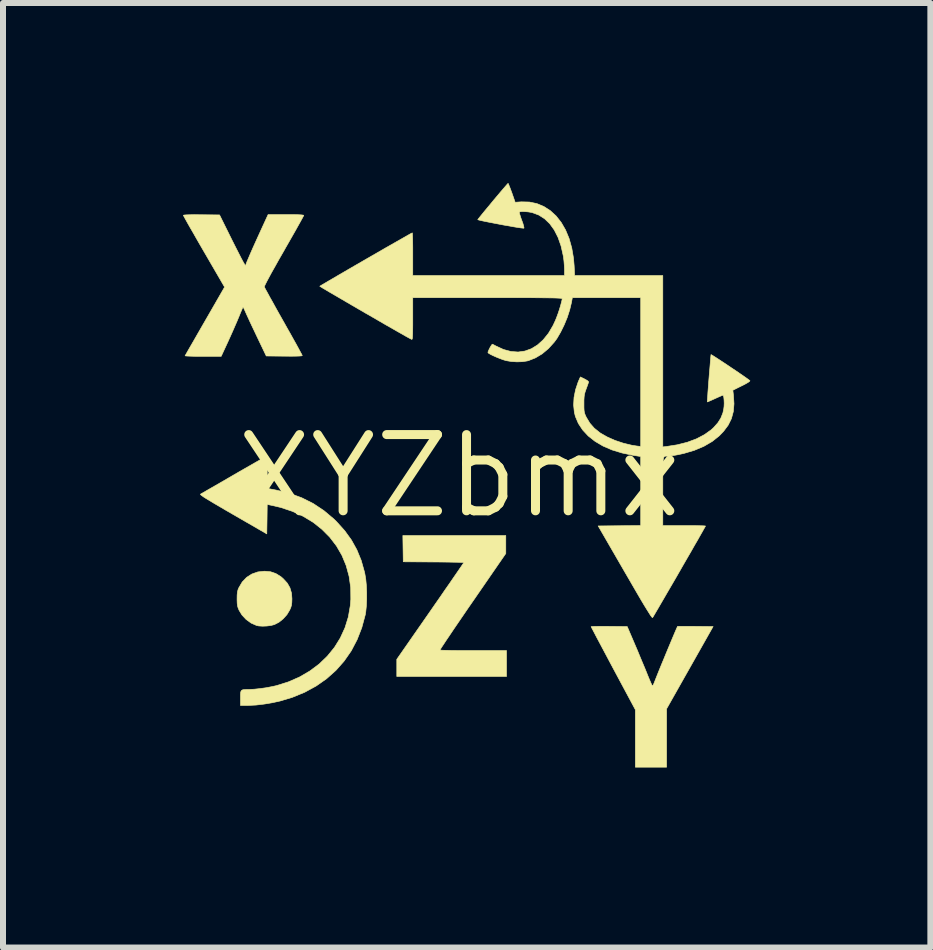
<source format=kicad_pcb>
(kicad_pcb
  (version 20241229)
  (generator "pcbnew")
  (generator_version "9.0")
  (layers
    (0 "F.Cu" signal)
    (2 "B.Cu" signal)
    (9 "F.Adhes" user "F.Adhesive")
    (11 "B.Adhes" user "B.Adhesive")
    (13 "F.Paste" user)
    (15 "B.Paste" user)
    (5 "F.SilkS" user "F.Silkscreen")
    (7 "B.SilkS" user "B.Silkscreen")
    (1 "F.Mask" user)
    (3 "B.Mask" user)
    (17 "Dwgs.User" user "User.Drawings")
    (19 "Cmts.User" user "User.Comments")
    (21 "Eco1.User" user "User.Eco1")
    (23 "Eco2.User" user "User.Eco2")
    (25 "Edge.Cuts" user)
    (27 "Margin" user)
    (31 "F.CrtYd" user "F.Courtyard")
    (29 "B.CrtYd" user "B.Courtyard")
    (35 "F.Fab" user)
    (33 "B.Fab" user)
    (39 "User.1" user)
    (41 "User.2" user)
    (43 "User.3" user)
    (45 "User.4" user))
  (footprint "XYZbmx"
    (layer "F.Cu")
    (at 4.602 4.881)
    (property "Reference" "XYZbmx" (at 0 0 0) (layer "F.SilkS") (effects (font (size 1.27 1.27) (thickness 0.15))))
    (attr through_hole)
    (fp_poly (pts (xy -3.144 1.595) (xy -3.056 1.625) (xy -2.973 1.676) (xy -2.935 1.709) (xy -2.866 1.784) (xy -2.821 1.863) (xy -2.795 1.952) (xy -2.788 2.045) (xy -2.79 2.105) (xy -2.795 2.15) (xy -2.807 2.191) (xy -2.825 2.232) (xy -2.871 2.309) (xy -2.934 2.379) (xy -3.006 2.437) (xy -3.08 2.475) (xy -3.136 2.49) (xy -3.205 2.499) (xy -3.276 2.502) (xy -3.341 2.498) (xy -3.378 2.49) (xy -3.468 2.45) (xy -3.551 2.39) (xy -3.621 2.315) (xy -3.668 2.238) (xy -3.685 2.198) (xy -3.695 2.162) (xy -3.7 2.121) (xy -3.702 2.065) (xy -3.702 2.045) (xy -3.701 1.981) (xy -3.696 1.934) (xy -3.687 1.896) (xy -3.673 1.862) (xy -3.616 1.765) (xy -3.543 1.689) (xy -3.456 1.633) (xy -3.357 1.598) (xy -3.247 1.586) (xy -3.245 1.586) (xy -3.144 1.595)) (stroke (width 0.01) (type solid)) (fill yes) (layer "F.SilkS"))
    (fp_poly (pts (xy 0.775 1.291) (xy 0.224 2.09) (xy 0.136 2.217) (xy 0.053 2.339) (xy -0.025 2.453) (xy -0.096 2.557) (xy -0.159 2.651) (xy -0.214 2.732) (xy -0.258 2.799) (xy -0.292 2.85) (xy -0.313 2.884) (xy -0.321 2.898) (xy -0.322 2.899) (xy -0.308 2.901) (xy -0.272 2.903) (xy -0.215 2.904) (xy -0.141 2.906) (xy -0.053 2.907) (xy 0.049 2.908) (xy 0.16 2.908) (xy 0.236 2.908) (xy 0.787 2.908) (xy 0.787 3.34) (xy -1.041 3.34) (xy -1.041 3.197) (xy -1.041 3.054) (xy -0.482 2.251) (xy -0.394 2.124) (xy -0.309 2.002) (xy -0.231 1.888) (xy -0.158 1.784) (xy -0.094 1.69) (xy -0.038 1.609) (xy 0.008 1.542) (xy 0.043 1.491) (xy 0.066 1.457) (xy 0.076 1.442) (xy 0.076 1.442) (xy 0.064 1.44) (xy 0.029 1.439) (xy -0.026 1.437) (xy -0.098 1.436) (xy -0.185 1.434) (xy -0.284 1.433) (xy -0.392 1.432) (xy -0.429 1.432) (xy -0.933 1.429) (xy -0.94 0.991) (xy 0.775 0.991) (xy 0.775 1.291)) (stroke (width 0.01) (type solid)) (fill yes) (layer "F.SilkS"))
    (fp_poly (pts (xy 3.807 2.504) (xy 3.886 2.504) (xy 3.935 2.505) (xy 4.229 2.508) (xy 3.454 3.879) (xy 3.454 4.851) (xy 2.934 4.851) (xy 2.934 3.894) (xy 2.565 3.206) (xy 2.5 3.084) (xy 2.439 2.969) (xy 2.382 2.862) (xy 2.331 2.766) (xy 2.286 2.682) (xy 2.25 2.612) (xy 2.222 2.559) (xy 2.204 2.525) (xy 2.197 2.51) (xy 2.197 2.51) (xy 2.209 2.508) (xy 2.243 2.506) (xy 2.296 2.505) (xy 2.363 2.504) (xy 2.442 2.504) (xy 2.498 2.505) (xy 2.798 2.508) (xy 2.931 2.819) (xy 2.972 2.915) (xy 3.013 3.015) (xy 3.054 3.113) (xy 3.092 3.203) (xy 3.123 3.279) (xy 3.137 3.315) (xy 3.163 3.378) (xy 3.186 3.431) (xy 3.204 3.472) (xy 3.216 3.495) (xy 3.22 3.499) (xy 3.227 3.488) (xy 3.242 3.458) (xy 3.26 3.413) (xy 3.276 3.372) (xy 3.291 3.334) (xy 3.313 3.279) (xy 3.34 3.212) (xy 3.372 3.134) (xy 3.407 3.05) (xy 3.443 2.962) (xy 3.48 2.873) (xy 3.516 2.787) (xy 3.549 2.708) (xy 3.579 2.637) (xy 3.604 2.578) (xy 3.623 2.535) (xy 3.634 2.511) (xy 3.636 2.506) (xy 3.65 2.505) (xy 3.685 2.504) (xy 3.739 2.504) (xy 3.807 2.504)) (stroke (width 0.01) (type solid)) (fill yes) (layer "F.SilkS"))
    (fp_poly (pts (xy -3.212 -0.325) (xy -3.208 -0.315) (xy -3.205 -0.292) (xy -3.202 -0.255) (xy -3.201 -0.2) (xy -3.2 -0.124) (xy -3.2 -0.064) (xy -3.2 0.03) (xy -3.199 0.102) (xy -3.197 0.153) (xy -3.193 0.186) (xy -3.189 0.204) (xy -3.185 0.208) (xy -3.166 0.212) (xy -3.128 0.22) (xy -3.079 0.229) (xy -3.048 0.235) (xy -2.831 0.287) (xy -2.626 0.362) (xy -2.434 0.458) (xy -2.255 0.577) (xy -2.09 0.716) (xy -2.045 0.76) (xy -1.909 0.911) (xy -1.797 1.066) (xy -1.706 1.23) (xy -1.634 1.406) (xy -1.58 1.597) (xy -1.573 1.629) (xy -1.558 1.718) (xy -1.548 1.824) (xy -1.543 1.938) (xy -1.543 2.054) (xy -1.548 2.165) (xy -1.558 2.262) (xy -1.566 2.311) (xy -1.624 2.526) (xy -1.702 2.726) (xy -1.8 2.913) (xy -1.919 3.084) (xy -2.056 3.239) (xy -2.212 3.378) (xy -2.385 3.499) (xy -2.576 3.603) (xy -2.783 3.688) (xy -2.983 3.748) (xy -3.114 3.777) (xy -3.252 3.8) (xy -3.386 3.816) (xy -3.508 3.822) (xy -3.531 3.823) (xy -3.645 3.823) (xy -3.645 3.697) (xy -3.645 3.637) (xy -3.641 3.597) (xy -3.629 3.573) (xy -3.606 3.561) (xy -3.566 3.557) (xy -3.505 3.556) (xy -3.499 3.556) (xy -3.418 3.552) (xy -3.323 3.542) (xy -3.221 3.528) (xy -3.121 3.509) (xy -3.048 3.493) (xy -2.847 3.43) (xy -2.66 3.348) (xy -2.489 3.248) (xy -2.335 3.133) (xy -2.198 3.001) (xy -2.08 2.856) (xy -1.982 2.698) (xy -1.904 2.528) (xy -1.848 2.347) (xy -1.815 2.156) (xy -1.807 2.055) (xy -1.809 1.859) (xy -1.836 1.67) (xy -1.885 1.491) (xy -1.955 1.322) (xy -2.046 1.165) (xy -2.157 1.02) (xy -2.287 0.889) (xy -2.434 0.772) (xy -2.599 0.672) (xy -2.779 0.589) (xy -2.974 0.524) (xy -3.083 0.498) (xy -3.2 0.473) (xy -3.203 0.718) (xy -3.207 0.964) (xy -3.77 0.639) (xy -3.898 0.565) (xy -4.005 0.502) (xy -4.094 0.45) (xy -4.165 0.407) (xy -4.22 0.374) (xy -4.261 0.348) (xy -4.288 0.328) (xy -4.305 0.315) (xy -4.312 0.306) (xy -4.31 0.301) (xy -4.31 0.301) (xy -4.294 0.292) (xy -4.259 0.272) (xy -4.206 0.241) (xy -4.138 0.202) (xy -4.058 0.156) (xy -3.966 0.103) (xy -3.866 0.045) (xy -3.761 -0.016) (xy -3.656 -0.077) (xy -3.556 -0.134) (xy -3.465 -0.186) (xy -3.385 -0.232) (xy -3.318 -0.27) (xy -3.267 -0.299) (xy -3.233 -0.318) (xy -3.218 -0.326) (xy -3.212 -0.325)) (stroke (width 0.01) (type solid)) (fill yes) (layer "F.SilkS"))
    (fp_poly (pts (xy -2.778 -4.356) (xy -2.693 -4.354) (xy -2.634 -4.351) (xy -2.6 -4.347) (xy -2.591 -4.343) (xy -2.597 -4.33) (xy -2.615 -4.296) (xy -2.643 -4.245) (xy -2.68 -4.179) (xy -2.725 -4.098) (xy -2.777 -4.007) (xy -2.835 -3.905) (xy -2.897 -3.797) (xy -2.922 -3.752) (xy -3.001 -3.615) (xy -3.069 -3.493) (xy -3.128 -3.389) (xy -3.175 -3.302) (xy -3.211 -3.234) (xy -3.235 -3.186) (xy -3.247 -3.157) (xy -3.248 -3.151) (xy -3.241 -3.136) (xy -3.222 -3.1) (xy -3.193 -3.048) (xy -3.156 -2.979) (xy -3.11 -2.898) (xy -3.059 -2.805) (xy -3.002 -2.703) (xy -2.941 -2.595) (xy -2.929 -2.574) (xy -2.868 -2.465) (xy -2.81 -2.363) (xy -2.758 -2.269) (xy -2.712 -2.187) (xy -2.674 -2.117) (xy -2.645 -2.063) (xy -2.625 -2.026) (xy -2.616 -2.008) (xy -2.616 -2.007) (xy -2.628 -2.002) (xy -2.662 -1.999) (xy -2.72 -1.997) (xy -2.802 -1.996) (xy -2.909 -1.997) (xy -2.916 -1.997) (xy -3.216 -2) (xy -3.371 -2.324) (xy -3.413 -2.413) (xy -3.454 -2.499) (xy -3.491 -2.578) (xy -3.522 -2.646) (xy -3.547 -2.7) (xy -3.562 -2.734) (xy -3.58 -2.774) (xy -3.594 -2.803) (xy -3.603 -2.815) (xy -3.603 -2.814) (xy -3.61 -2.801) (xy -3.624 -2.769) (xy -3.644 -2.722) (xy -3.667 -2.665) (xy -3.675 -2.646) (xy -3.702 -2.581) (xy -3.737 -2.501) (xy -3.776 -2.411) (xy -3.817 -2.32) (xy -3.854 -2.238) (xy -3.967 -1.994) (xy -4.27 -1.994) (xy -4.355 -1.994) (xy -4.429 -1.995) (xy -4.492 -1.997) (xy -4.537 -1.999) (xy -4.564 -2.002) (xy -4.568 -2.003) (xy -4.561 -2.016) (xy -4.543 -2.048) (xy -4.514 -2.099) (xy -4.476 -2.165) (xy -4.43 -2.244) (xy -4.378 -2.335) (xy -4.32 -2.436) (xy -4.258 -2.544) (xy -4.237 -2.58) (xy -3.91 -3.148) (xy -4.254 -3.74) (xy -4.319 -3.852) (xy -4.38 -3.958) (xy -4.435 -4.055) (xy -4.485 -4.141) (xy -4.527 -4.215) (xy -4.56 -4.274) (xy -4.583 -4.317) (xy -4.596 -4.34) (xy -4.597 -4.344) (xy -4.585 -4.348) (xy -4.549 -4.351) (xy -4.491 -4.353) (xy -4.414 -4.354) (xy -4.318 -4.353) (xy -4.296 -4.353) (xy -3.994 -4.35) (xy -3.785 -3.928) (xy -3.727 -3.813) (xy -3.679 -3.719) (xy -3.641 -3.644) (xy -3.611 -3.587) (xy -3.589 -3.547) (xy -3.573 -3.522) (xy -3.563 -3.509) (xy -3.558 -3.509) (xy -3.556 -3.518) (xy -3.551 -3.536) (xy -3.536 -3.575) (xy -3.511 -3.633) (xy -3.479 -3.708) (xy -3.44 -3.797) (xy -3.394 -3.899) (xy -3.343 -4.011) (xy -3.309 -4.086) (xy -3.185 -4.356) (xy -2.888 -4.356) (xy -2.778 -4.356)) (stroke (width 0.01) (type solid)) (fill yes) (layer "F.SilkS"))
    (fp_poly (pts (xy 0.82 -4.865) (xy 0.832 -4.834) (xy 0.85 -4.789) (xy 0.871 -4.732) (xy 0.876 -4.719) (xy 0.931 -4.561) (xy 1.034 -4.568) (xy 1.168 -4.565) (xy 1.293 -4.539) (xy 1.41 -4.49) (xy 1.517 -4.421) (xy 1.614 -4.332) (xy 1.699 -4.224) (xy 1.771 -4.099) (xy 1.83 -3.957) (xy 1.874 -3.8) (xy 1.903 -3.63) (xy 1.914 -3.502) (xy 1.922 -3.34) (xy 3.391 -3.34) (xy 3.391 -0.485) (xy 3.445 -0.491) (xy 3.631 -0.52) (xy 3.801 -0.563) (xy 3.953 -0.62) (xy 4.086 -0.69) (xy 4.199 -0.771) (xy 4.237 -0.806) (xy 4.308 -0.886) (xy 4.358 -0.965) (xy 4.392 -1.051) (xy 4.406 -1.115) (xy 4.412 -1.161) (xy 4.414 -1.213) (xy 4.412 -1.263) (xy 4.408 -1.306) (xy 4.401 -1.336) (xy 4.392 -1.346) (xy 4.377 -1.341) (xy 4.344 -1.327) (xy 4.298 -1.307) (xy 4.259 -1.289) (xy 4.208 -1.266) (xy 4.167 -1.248) (xy 4.141 -1.237) (xy 4.133 -1.235) (xy 4.133 -1.248) (xy 4.135 -1.282) (xy 4.139 -1.335) (xy 4.143 -1.401) (xy 4.149 -1.478) (xy 4.155 -1.561) (xy 4.162 -1.648) (xy 4.169 -1.733) (xy 4.176 -1.814) (xy 4.182 -1.887) (xy 4.187 -1.948) (xy 4.191 -1.993) (xy 4.194 -2.019) (xy 4.194 -2.023) (xy 4.205 -2.018) (xy 4.233 -2.001) (xy 4.277 -1.973) (xy 4.331 -1.938) (xy 4.395 -1.896) (xy 4.464 -1.85) (xy 4.535 -1.802) (xy 4.606 -1.755) (xy 4.673 -1.709) (xy 4.733 -1.668) (xy 4.783 -1.633) (xy 4.82 -1.606) (xy 4.841 -1.59) (xy 4.843 -1.588) (xy 4.837 -1.578) (xy 4.811 -1.559) (xy 4.767 -1.534) (xy 4.708 -1.503) (xy 4.706 -1.503) (xy 4.558 -1.429) (xy 4.568 -1.346) (xy 4.577 -1.203) (xy 4.566 -1.074) (xy 4.534 -0.956) (xy 4.48 -0.847) (xy 4.403 -0.744) (xy 4.333 -0.671) (xy 4.214 -0.576) (xy 4.075 -0.495) (xy 3.916 -0.428) (xy 3.74 -0.376) (xy 3.648 -0.356) (xy 3.588 -0.345) (xy 3.534 -0.336) (xy 3.491 -0.331) (xy 3.474 -0.33) (xy 3.454 -0.331) (xy 3.438 -0.331) (xy 3.425 -0.328) (xy 3.415 -0.321) (xy 3.406 -0.307) (xy 3.4 -0.284) (xy 3.396 -0.249) (xy 3.393 -0.202) (xy 3.392 -0.138) (xy 3.391 -0.058) (xy 3.391 0.043) (xy 3.391 0.165) (xy 3.391 0.255) (xy 3.391 0.826) (xy 3.747 0.826) (xy 3.839 0.826) (xy 3.922 0.826) (xy 3.993 0.828) (xy 4.049 0.829) (xy 4.086 0.831) (xy 4.102 0.833) (xy 4.102 0.833) (xy 4.096 0.845) (xy 4.078 0.877) (xy 4.05 0.927) (xy 4.013 0.992) (xy 3.969 1.07) (xy 3.917 1.159) (xy 3.861 1.258) (xy 3.8 1.363) (xy 3.737 1.472) (xy 3.673 1.584) (xy 3.608 1.697) (xy 3.544 1.807) (xy 3.482 1.913) (xy 3.424 2.013) (xy 3.371 2.104) (xy 3.324 2.185) (xy 3.284 2.253) (xy 3.253 2.306) (xy 3.232 2.342) (xy 3.221 2.358) (xy 3.221 2.359) (xy 3.215 2.357) (xy 3.203 2.344) (xy 3.184 2.318) (xy 3.159 2.278) (xy 3.125 2.224) (xy 3.082 2.154) (xy 3.03 2.067) (xy 2.968 1.961) (xy 2.896 1.837) (xy 2.812 1.692) (xy 2.76 1.603) (xy 2.314 0.832) (xy 3.023 0.825) (xy 3.023 -0.325) (xy 2.892 -0.346) (xy 2.711 -0.384) (xy 2.544 -0.435) (xy 2.394 -0.5) (xy 2.262 -0.578) (xy 2.149 -0.667) (xy 2.056 -0.767) (xy 1.984 -0.876) (xy 1.934 -0.994) (xy 1.917 -1.064) (xy 1.905 -1.182) (xy 1.912 -1.31) (xy 1.938 -1.439) (xy 1.98 -1.565) (xy 1.988 -1.584) (xy 2.018 -1.651) (xy 2.089 -1.616) (xy 2.132 -1.592) (xy 2.153 -1.573) (xy 2.154 -1.562) (xy 2.147 -1.542) (xy 2.134 -1.505) (xy 2.117 -1.458) (xy 2.113 -1.448) (xy 2.097 -1.402) (xy 2.086 -1.361) (xy 2.08 -1.318) (xy 2.077 -1.265) (xy 2.077 -1.206) (xy 2.077 -1.142) (xy 2.079 -1.096) (xy 2.084 -1.062) (xy 2.093 -1.031) (xy 2.107 -0.998) (xy 2.117 -0.978) (xy 2.176 -0.88) (xy 2.249 -0.797) (xy 2.341 -0.723) (xy 2.354 -0.714) (xy 2.466 -0.65) (xy 2.595 -0.593) (xy 2.733 -0.547) (xy 2.874 -0.513) (xy 2.95 -0.501) (xy 3.023 -0.492) (xy 3.023 -2.972) (xy 1.884 -2.972) (xy 1.869 -2.89) (xy 1.84 -2.769) (xy 1.799 -2.642) (xy 1.747 -2.516) (xy 1.688 -2.396) (xy 1.626 -2.29) (xy 1.581 -2.229) (xy 1.485 -2.123) (xy 1.38 -2.035) (xy 1.268 -1.968) (xy 1.154 -1.923) (xy 1.13 -1.917) (xy 1.052 -1.905) (xy 0.96 -1.902) (xy 0.867 -1.908) (xy 0.783 -1.922) (xy 0.775 -1.924) (xy 0.729 -1.938) (xy 0.675 -1.958) (xy 0.618 -1.981) (xy 0.564 -2.005) (xy 0.519 -2.027) (xy 0.488 -2.046) (xy 0.478 -2.055) (xy 0.48 -2.07) (xy 0.492 -2.099) (xy 0.509 -2.134) (xy 0.528 -2.167) (xy 0.544 -2.19) (xy 0.552 -2.197) (xy 0.564 -2.191) (xy 0.591 -2.177) (xy 0.611 -2.166) (xy 0.737 -2.108) (xy 0.86 -2.075) (xy 0.98 -2.066) (xy 1.094 -2.082) (xy 1.202 -2.121) (xy 1.304 -2.184) (xy 1.399 -2.27) (xy 1.486 -2.378) (xy 1.563 -2.509) (xy 1.603 -2.595) (xy 1.624 -2.648) (xy 1.647 -2.71) (xy 1.669 -2.776) (xy 1.688 -2.84) (xy 1.703 -2.896) (xy 1.713 -2.938) (xy 1.714 -2.956) (xy 1.71 -2.959) (xy 1.695 -2.961) (xy 1.669 -2.963) (xy 1.629 -2.965) (xy 1.576 -2.967) (xy 1.508 -2.968) (xy 1.423 -2.969) (xy 1.321 -2.97) (xy 1.2 -2.971) (xy 1.058 -2.971) (xy 0.895 -2.972) (xy 0.709 -2.972) (xy 0.499 -2.972) (xy -0.775 -2.972) (xy -0.775 -2.622) (xy -0.775 -2.516) (xy -0.776 -2.434) (xy -0.777 -2.371) (xy -0.779 -2.327) (xy -0.781 -2.298) (xy -0.785 -2.282) (xy -0.79 -2.276) (xy -0.792 -2.276) (xy -0.806 -2.283) (xy -0.84 -2.301) (xy -0.891 -2.329) (xy -0.957 -2.367) (xy -1.037 -2.412) (xy -1.127 -2.464) (xy -1.226 -2.52) (xy -1.331 -2.581) (xy -1.441 -2.645) (xy -1.553 -2.709) (xy -1.665 -2.774) (xy -1.775 -2.838) (xy -1.881 -2.9) (xy -1.98 -2.958) (xy -2.071 -3.011) (xy -2.152 -3.058) (xy -2.219 -3.098) (xy -2.272 -3.129) (xy -2.307 -3.151) (xy -2.323 -3.161) (xy -2.324 -3.162) (xy -2.313 -3.169) (xy -2.282 -3.188) (xy -2.234 -3.216) (xy -2.17 -3.254) (xy -2.092 -3.299) (xy -2.004 -3.351) (xy -1.906 -3.408) (xy -1.801 -3.469) (xy -1.692 -3.532) (xy -1.58 -3.597) (xy -1.467 -3.662) (xy -1.356 -3.726) (xy -1.249 -3.788) (xy -1.147 -3.846) (xy -1.054 -3.899) (xy -0.971 -3.946) (xy -0.901 -3.986) (xy -0.845 -4.018) (xy -0.806 -4.04) (xy -0.785 -4.05) (xy -0.783 -4.051) (xy -0.781 -4.039) (xy -0.779 -4.005) (xy -0.777 -3.951) (xy -0.776 -3.882) (xy -0.775 -3.801) (xy -0.775 -3.71) (xy -0.775 -3.696) (xy -0.775 -3.34) (xy 1.753 -3.34) (xy 1.753 -3.446) (xy 1.75 -3.51) (xy 1.744 -3.585) (xy 1.735 -3.656) (xy 1.732 -3.671) (xy 1.696 -3.832) (xy 1.646 -3.975) (xy 1.583 -4.099) (xy 1.508 -4.203) (xy 1.421 -4.287) (xy 1.323 -4.349) (xy 1.215 -4.389) (xy 1.196 -4.393) (xy 1.147 -4.401) (xy 1.096 -4.405) (xy 1.05 -4.407) (xy 1.015 -4.404) (xy 0.999 -4.397) (xy 1.001 -4.382) (xy 1.011 -4.349) (xy 1.026 -4.302) (xy 1.041 -4.261) (xy 1.06 -4.209) (xy 1.072 -4.166) (xy 1.078 -4.138) (xy 1.077 -4.129) (xy 1.06 -4.13) (xy 1.023 -4.134) (xy 0.969 -4.142) (xy 0.902 -4.153) (xy 0.826 -4.167) (xy 0.743 -4.181) (xy 0.659 -4.197) (xy 0.576 -4.213) (xy 0.498 -4.228) (xy 0.428 -4.242) (xy 0.372 -4.254) (xy 0.331 -4.264) (xy 0.31 -4.27) (xy 0.308 -4.272) (xy 0.317 -4.284) (xy 0.34 -4.313) (xy 0.374 -4.355) (xy 0.417 -4.408) (xy 0.467 -4.468) (xy 0.521 -4.533) (xy 0.576 -4.6) (xy 0.631 -4.665) (xy 0.683 -4.727) (xy 0.729 -4.781) (xy 0.768 -4.826) (xy 0.796 -4.858) (xy 0.811 -4.874) (xy 0.813 -4.876) (xy 0.82 -4.865)) (stroke (width 0.01) (type solid)) (fill yes) (layer "F.SilkS")))
  (gr_rect
    (start -3 -3)
    (end 12.451 12.737)
    (stroke (width 0.1) (type default))
    (fill no)
    (layer "Edge.Cuts")))
</source>
